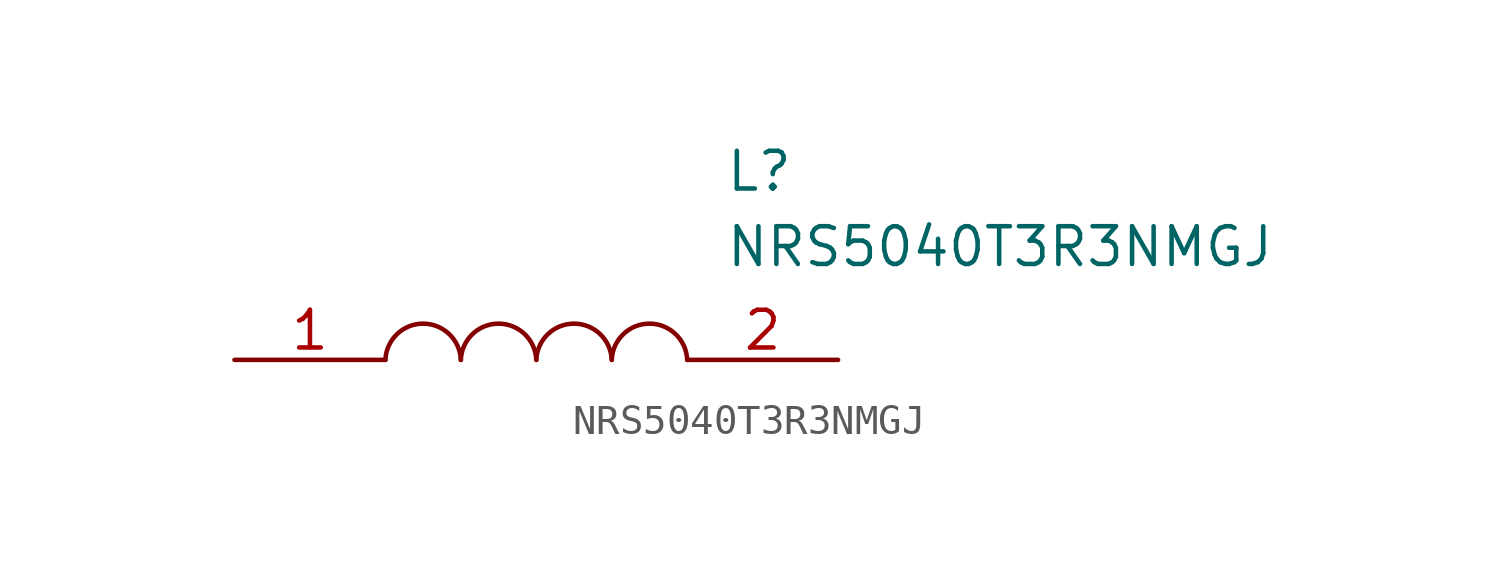
<source format=kicad_sym>
(kicad_symbol_lib
  (version 20220914)
  (generator kicad_symbol_editor)
  (symbol "NRS5040T3R3NMGJ"
    (pin_names
      (offset 0.762))
    (property "Reference" "L"
      (at 16.51 6.35 0)
      (effects (font (size 1.27 1.27)) (justify left)))
    (property "Value" "NRS5040T3R3NMGJ"
      (at 16.51 3.81 0)
      (effects (font (size 1.27 1.27)) (justify left)))
    (symbol "NRS5040T3R3NMGJ_0_0"
      (pin passive line (at 0 0 0) (length 5.08) (name "~" (effects (font (size 1.27 1.27)))) (number "1" (effects (font (size 1.27 1.27)))))
      (pin passive line (at 20.32 0 180) (length 5.08) (name "~" (effects (font (size 1.27 1.27)))) (number "2" (effects (font (size 1.27 1.27))))))
    (symbol "NRS5040T3R3NMGJ_0_1"
      (arc (start 7.62 0) (mid 6.35 1.2202) (end 5.08 0) (stroke (width 0.1524) (type default)) (fill (type none)))
      (arc (start 10.16 0) (mid 8.89 1.2202) (end 7.62 0) (stroke (width 0.1524) (type default)) (fill (type none)))
      (arc (start 12.7 0) (mid 11.43 1.2202) (end 10.16 0) (stroke (width 0.1524) (type default)) (fill (type none)))
      (arc (start 15.24 0) (mid 13.97 1.2202) (end 12.7 0) (stroke (width 0.1524) (type default)) (fill (type none))))))
</source>
